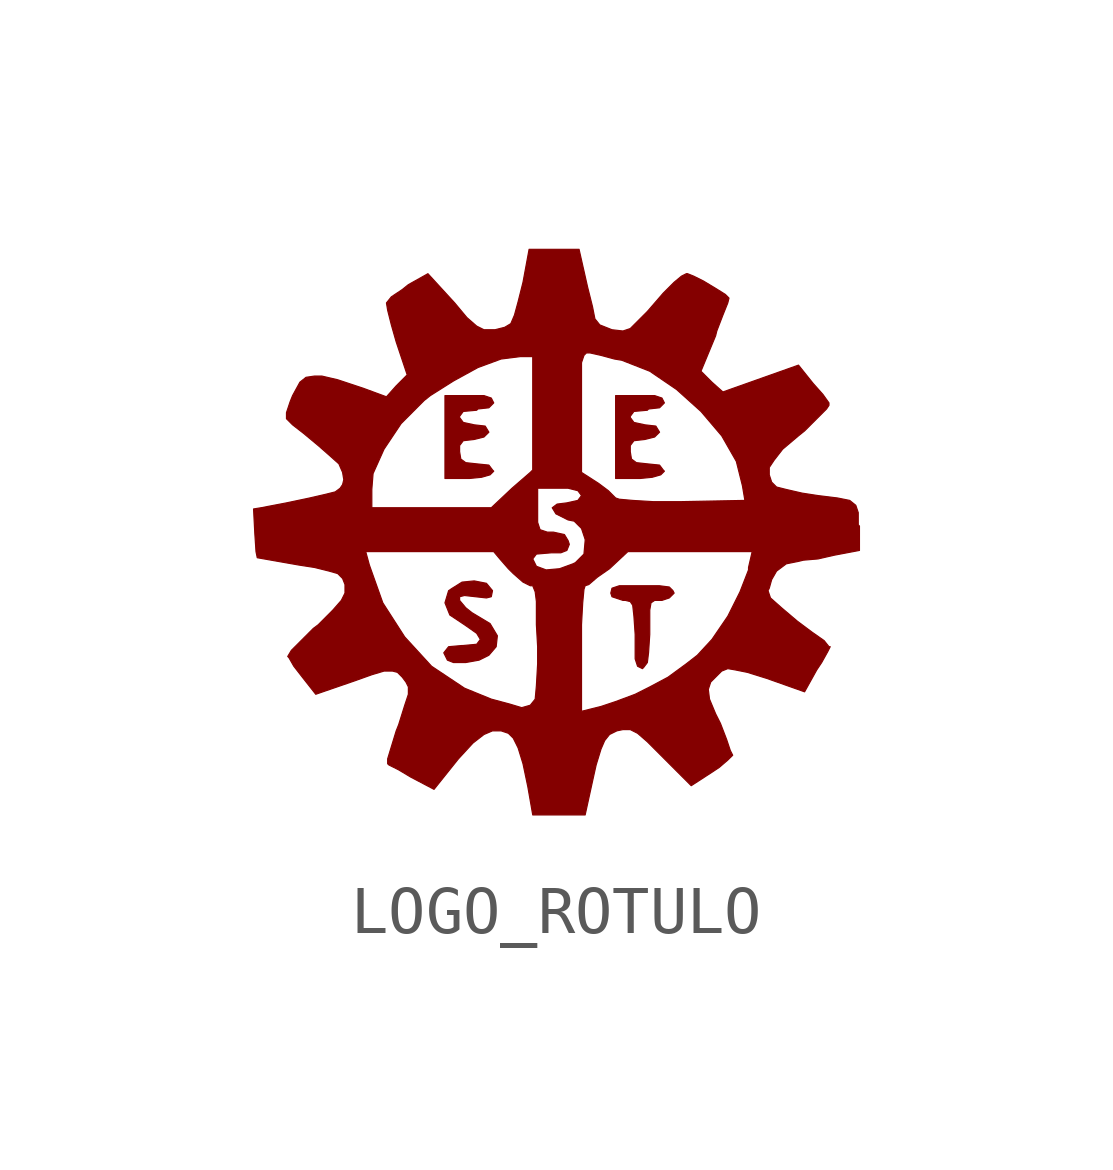
<source format=kicad_sym>
(kicad_symbol_lib
  (version 20211014)
  (generator kicad_symbol_editor)
  (symbol "LOGO_ROTULO"
    (pin_names
      (offset 1.016))
    (property "Reference" "#G"
      (at 0 -5.639 0)
      (effects (font (size 1.524 1.524)) hide))
    (symbol "LOGO_ROTULO_0_0"
      (polyline (pts (xy 1.803 -2.921) (xy 1.88 -2.819) (xy 1.905 -2.616) (xy 1.93 -2.235) (xy 1.93 -1.727) (xy 1.956 -1.575) (xy 2.032 -1.524) (xy 2.184 -1.524) (xy 2.337 -1.473) (xy 2.438 -1.372) (xy 2.413 -1.321) (xy 2.337 -1.245) (xy 2.134 -1.219) (xy 1.295 -1.219) (xy 1.143 -1.27) (xy 1.118 -1.372) (xy 1.143 -1.448) (xy 1.372 -1.524) (xy 1.422 -1.524) (xy 1.524 -1.549) (xy 1.575 -1.626) (xy 1.6 -1.854) (xy 1.626 -2.235) (xy 1.626 -2.743) (xy 1.676 -2.896) (xy 1.778 -2.946) (xy 1.803 -2.921)) (stroke (width 0.025) (type default) (color 0 0 0 0)) (fill (type outline)))
      (polyline (pts (xy -1.575 1.041) (xy -1.397 1.092) (xy -1.321 1.168) (xy -1.346 1.194) (xy -1.422 1.295) (xy -1.676 1.321) (xy -1.905 1.346) (xy -2.007 1.422) (xy -2.032 1.575) (xy -2.032 1.702) (xy -1.956 1.803) (xy -1.727 1.829) (xy -1.524 1.88) (xy -1.422 1.981) (xy -1.499 2.108) (xy -1.727 2.134) (xy -1.956 2.184) (xy -2.032 2.286) (xy -2.032 2.311) (xy -1.956 2.413) (xy -1.676 2.438) (xy -1.651 2.464) (xy -1.422 2.489) (xy -1.321 2.591) (xy -1.372 2.692) (xy -1.524 2.743) (xy -2.337 2.743) (xy -2.337 1.016) (xy -1.829 1.016) (xy -1.575 1.041)) (stroke (width 0.025) (type default) (color 0 0 0 0)) (fill (type outline)))
      (polyline (pts (xy 1.981 1.041) (xy 2.159 1.092) (xy 2.235 1.168) (xy 2.21 1.194) (xy 2.134 1.295) (xy 1.88 1.321) (xy 1.651 1.346) (xy 1.549 1.422) (xy 1.524 1.575) (xy 1.524 1.702) (xy 1.6 1.803) (xy 1.829 1.829) (xy 2.032 1.88) (xy 2.134 1.981) (xy 2.057 2.108) (xy 1.829 2.134) (xy 1.6 2.184) (xy 1.524 2.286) (xy 1.524 2.311) (xy 1.6 2.413) (xy 1.88 2.438) (xy 1.905 2.464) (xy 2.134 2.489) (xy 2.235 2.591) (xy 2.184 2.692) (xy 2.032 2.743) (xy 1.219 2.743) (xy 1.219 1.016) (xy 1.727 1.016) (xy 1.981 1.041)) (stroke (width 0.025) (type default) (color 0 0 0 0)) (fill (type outline)))
      (polyline (pts (xy -1.626 -2.769) (xy -1.422 -2.667) (xy -1.27 -2.489) (xy -1.245 -2.261) (xy -1.397 -2.007) (xy -1.778 -1.778) (xy -1.905 -1.676) (xy -2.032 -1.524) (xy -2.032 -1.448) (xy -1.93 -1.422) (xy -1.473 -1.473) (xy -1.372 -1.448) (xy -1.346 -1.321) (xy -1.473 -1.168) (xy -1.727 -1.118) (xy -1.981 -1.143) (xy -2.184 -1.27) (xy -2.261 -1.321) (xy -2.337 -1.575) (xy -2.235 -1.829) (xy -1.93 -2.032) (xy -1.676 -2.21) (xy -1.6 -2.337) (xy -1.676 -2.438) (xy -1.956 -2.464) (xy -1.981 -2.464) (xy -2.261 -2.489) (xy -2.362 -2.616) (xy -2.286 -2.769) (xy -2.159 -2.819) (xy -1.905 -2.819) (xy -1.626 -2.769)) (stroke (width 0.025) (type default) (color 0 0 0 0)) (fill (type outline)))
      (polyline (pts (xy 0.762 -5.182) (xy 0.813 -4.953) (xy 0.914 -4.623) (xy 0.991 -4.445) (xy 1.092 -4.318) (xy 1.245 -4.242) (xy 1.372 -4.216) (xy 1.524 -4.216) (xy 1.676 -4.293) (xy 1.88 -4.47) (xy 2.794 -5.385) (xy 3.226 -5.105) (xy 3.378 -5.004) (xy 3.556 -4.851) (xy 3.658 -4.75) (xy 3.607 -4.648) (xy 3.531 -4.42) (xy 3.404 -4.089) (xy 3.302 -3.886) (xy 3.175 -3.581) (xy 3.15 -3.378) (xy 3.2 -3.226) (xy 3.429 -2.997) (xy 3.556 -2.946) (xy 3.708 -2.972) (xy 3.962 -3.023) (xy 4.369 -3.15) (xy 5.156 -3.429) (xy 5.41 -2.972) (xy 5.512 -2.819) (xy 5.639 -2.591) (xy 5.69 -2.489) (xy 5.664 -2.489) (xy 5.563 -2.362) (xy 5.309 -2.184) (xy 5.004 -1.956) (xy 4.674 -1.676) (xy 4.445 -1.473) (xy 4.394 -1.321) (xy 4.42 -1.27) (xy 4.47 -1.092) (xy 4.572 -0.914) (xy 4.775 -0.762) (xy 5.029 -0.711) (xy 5.131 -0.686) (xy 5.436 -0.66) (xy 5.766 -0.584) (xy 6.299 -0.483) (xy 6.299 0.025) (xy 6.274 0.051) (xy 6.274 0.305) (xy 6.223 0.457) (xy 6.096 0.559) (xy 5.842 0.61) (xy 5.436 0.66) (xy 5.105 0.711) (xy 4.775 0.787) (xy 4.572 0.838) (xy 4.47 0.94) (xy 4.42 1.092) (xy 4.42 1.245) (xy 4.521 1.397) (xy 4.699 1.626) (xy 5.029 1.905) (xy 5.156 2.007) (xy 5.613 2.464) (xy 5.664 2.54) (xy 5.664 2.591) (xy 5.537 2.769) (xy 5.334 2.997) (xy 5.029 3.378) (xy 3.454 2.819) (xy 3.226 3.023) (xy 2.997 3.251) (xy 3.302 3.988) (xy 3.327 4.089) (xy 3.454 4.42) (xy 3.556 4.674) (xy 3.581 4.775) (xy 3.505 4.851) (xy 3.302 4.978) (xy 3.048 5.131) (xy 2.845 5.232) (xy 2.718 5.283) (xy 2.692 5.283) (xy 2.591 5.232) (xy 2.438 5.105) (xy 2.21 4.877) (xy 1.88 4.496) (xy 1.524 4.14) (xy 1.372 4.089) (xy 1.143 4.115) (xy 0.889 4.216) (xy 0.787 4.343) (xy 0.737 4.597) (xy 0.635 5.004) (xy 0.457 5.791) (xy -0.584 5.791) (xy -0.711 5.105) (xy -0.813 4.699) (xy -0.889 4.42) (xy -0.965 4.242) (xy -1.092 4.166) (xy -1.295 4.115) (xy -1.524 4.115) (xy -1.676 4.191) (xy -1.88 4.369) (xy -2.134 4.674) (xy -2.692 5.283) (xy -3.099 5.055) (xy -3.226 4.953) (xy -3.454 4.801) (xy -3.556 4.674) (xy -3.531 4.521) (xy -3.454 4.216) (xy -3.353 3.861) (xy -3.124 3.175) (xy -3.353 2.946) (xy -3.556 2.718) (xy -4.039 2.896) (xy -4.572 3.073) (xy -4.902 3.15) (xy -5.055 3.15) (xy -5.232 3.124) (xy -5.359 3.023) (xy -5.512 2.743) (xy -5.563 2.616) (xy -5.639 2.388) (xy -5.639 2.261) (xy -5.512 2.134) (xy -5.283 1.956) (xy -4.978 1.702) (xy -4.775 1.524) (xy -4.547 1.321) (xy -4.47 1.143) (xy -4.445 0.991) (xy -4.47 0.889) (xy -4.521 0.813) (xy -4.623 0.737) (xy -4.826 0.686) (xy -5.156 0.61) (xy -5.639 0.508) (xy -6.172 0.406) (xy -3.861 0.406) (xy -3.861 0.787) (xy -3.835 1.118) (xy -3.607 1.626) (xy -3.251 2.159) (xy -2.769 2.642) (xy -2.642 2.743) (xy -2.159 3.048) (xy -1.651 3.327) (xy -1.168 3.505) (xy -0.762 3.556) (xy -0.508 3.556) (xy -0.508 1.194) (xy -0.559 1.143) (xy 0.508 1.143) (xy 0.508 3.429) (xy 0.559 3.581) (xy 0.61 3.632) (xy 0.686 3.632) (xy 0.914 3.581) (xy 1.194 3.505) (xy 1.346 3.48) (xy 1.93 3.251) (xy 2.489 2.87) (xy 2.997 2.413) (xy 3.429 1.905) (xy 3.734 1.372) (xy 3.861 0.864) (xy 3.912 0.559) (xy 2.565 0.533) (xy 2.007 0.533) (xy 1.575 0.559) (xy 1.295 0.584) (xy 1.219 0.61) (xy 1.067 0.762) (xy 0.864 0.914) (xy 0.508 1.143) (xy -0.559 1.143) (xy -0.94 0.813) (xy -1.372 0.406) (xy -3.861 0.406) (xy -6.172 0.406) (xy -6.325 0.381) (xy -6.299 -0.127) (xy -6.274 -0.508) (xy -3.988 -0.508) (xy -1.321 -0.508) (xy -1.194 -0.66) (xy -0.508 -0.66) (xy -0.432 -0.559) (xy -0.127 -0.533) (xy 0.076 -0.533) (xy 0.203 -0.483) (xy 0.254 -0.356) (xy 0.229 -0.279) (xy 0.152 -0.152) (xy -0.076 -0.102) (xy -0.203 -0.102) (xy -0.356 -0.051) (xy -0.406 0.102) (xy -0.406 0.813) (xy 0.229 0.813) (xy 0.432 0.762) (xy 0.508 0.66) (xy 0.432 0.559) (xy 0.203 0.508) (xy 0 0.483) (xy -0.102 0.406) (xy -0.025 0.279) (xy 0.229 0.152) (xy 0.356 0.127) (xy 0.508 -0.025) (xy 0.584 -0.254) (xy 0.584 -0.279) (xy 0.559 -0.559) (xy 0.381 -0.737) (xy 0.33 -0.762) (xy 0.051 -0.864) (xy -0.229 -0.889) (xy -0.432 -0.813) (xy -0.508 -0.66) (xy -1.194 -0.66) (xy -1.016 -0.864) (xy -0.914 -0.965) (xy -0.711 -1.143) (xy -0.559 -1.219) (xy -0.508 -1.219) (xy -0.457 -1.346) (xy -0.432 -1.549) (xy -0.432 -1.93) (xy -0.432 -2.032) (xy 0.508 -2.032) (xy 0.533 -1.575) (xy 0.559 -1.295) (xy 0.584 -1.219) (xy 0.66 -1.194) (xy 0.838 -1.041) (xy 1.092 -0.864) (xy 1.473 -0.508) (xy 4.064 -0.508) (xy 3.988 -0.838) (xy 3.988 -0.889) (xy 3.81 -1.346) (xy 3.556 -1.854) (xy 3.226 -2.337) (xy 2.921 -2.667) (xy 2.692 -2.845) (xy 2.311 -3.124) (xy 1.93 -3.327) (xy 1.626 -3.48) (xy 1.219 -3.632) (xy 0.914 -3.734) (xy 0.508 -3.835) (xy 0.508 -2.032) (xy -0.432 -2.032) (xy -0.406 -2.489) (xy -0.406 -2.845) (xy -0.432 -3.302) (xy -0.457 -3.581) (xy -0.559 -3.708) (xy -0.737 -3.759) (xy -0.991 -3.683) (xy -1.372 -3.581) (xy -1.93 -3.353) (xy -2.616 -2.896) (xy -3.175 -2.286) (xy -3.632 -1.575) (xy -3.912 -0.787) (xy -3.988 -0.508) (xy -6.274 -0.508) (xy -6.248 -0.635) (xy -5.385 -0.787) (xy -5.055 -0.838) (xy -4.75 -0.914) (xy -4.572 -0.965) (xy -4.47 -1.067) (xy -4.42 -1.194) (xy -4.42 -1.372) (xy -4.496 -1.524) (xy -4.674 -1.727) (xy -4.978 -2.032) (xy -5.08 -2.108) (xy -5.537 -2.565) (xy -5.613 -2.692) (xy -5.588 -2.718) (xy -5.486 -2.896) (xy -5.309 -3.124) (xy -5.029 -3.48) (xy -4.216 -3.2) (xy -3.861 -3.073) (xy -3.607 -2.997) (xy -3.429 -2.997) (xy -3.327 -3.023) (xy -3.226 -3.124) (xy -3.15 -3.226) (xy -3.099 -3.327) (xy -3.099 -3.48) (xy -3.175 -3.708) (xy -3.302 -4.115) (xy -3.353 -4.242) (xy -3.454 -4.572) (xy -3.531 -4.826) (xy -3.531 -4.928) (xy -3.505 -4.953) (xy -3.302 -5.055) (xy -3.048 -5.207) (xy -2.565 -5.461) (xy -2.057 -4.826) (xy -1.753 -4.496) (xy -1.524 -4.318) (xy -1.346 -4.242) (xy -1.168 -4.242) (xy -1.016 -4.293) (xy -0.914 -4.394) (xy -0.813 -4.597) (xy -0.711 -4.928) (xy -0.61 -5.41) (xy -0.508 -5.994) (xy 0.584 -5.994) (xy 0.762 -5.182)) (stroke (width 0.025) (type default) (color 0 0 0 0)) (fill (type outline))))))
</source>
